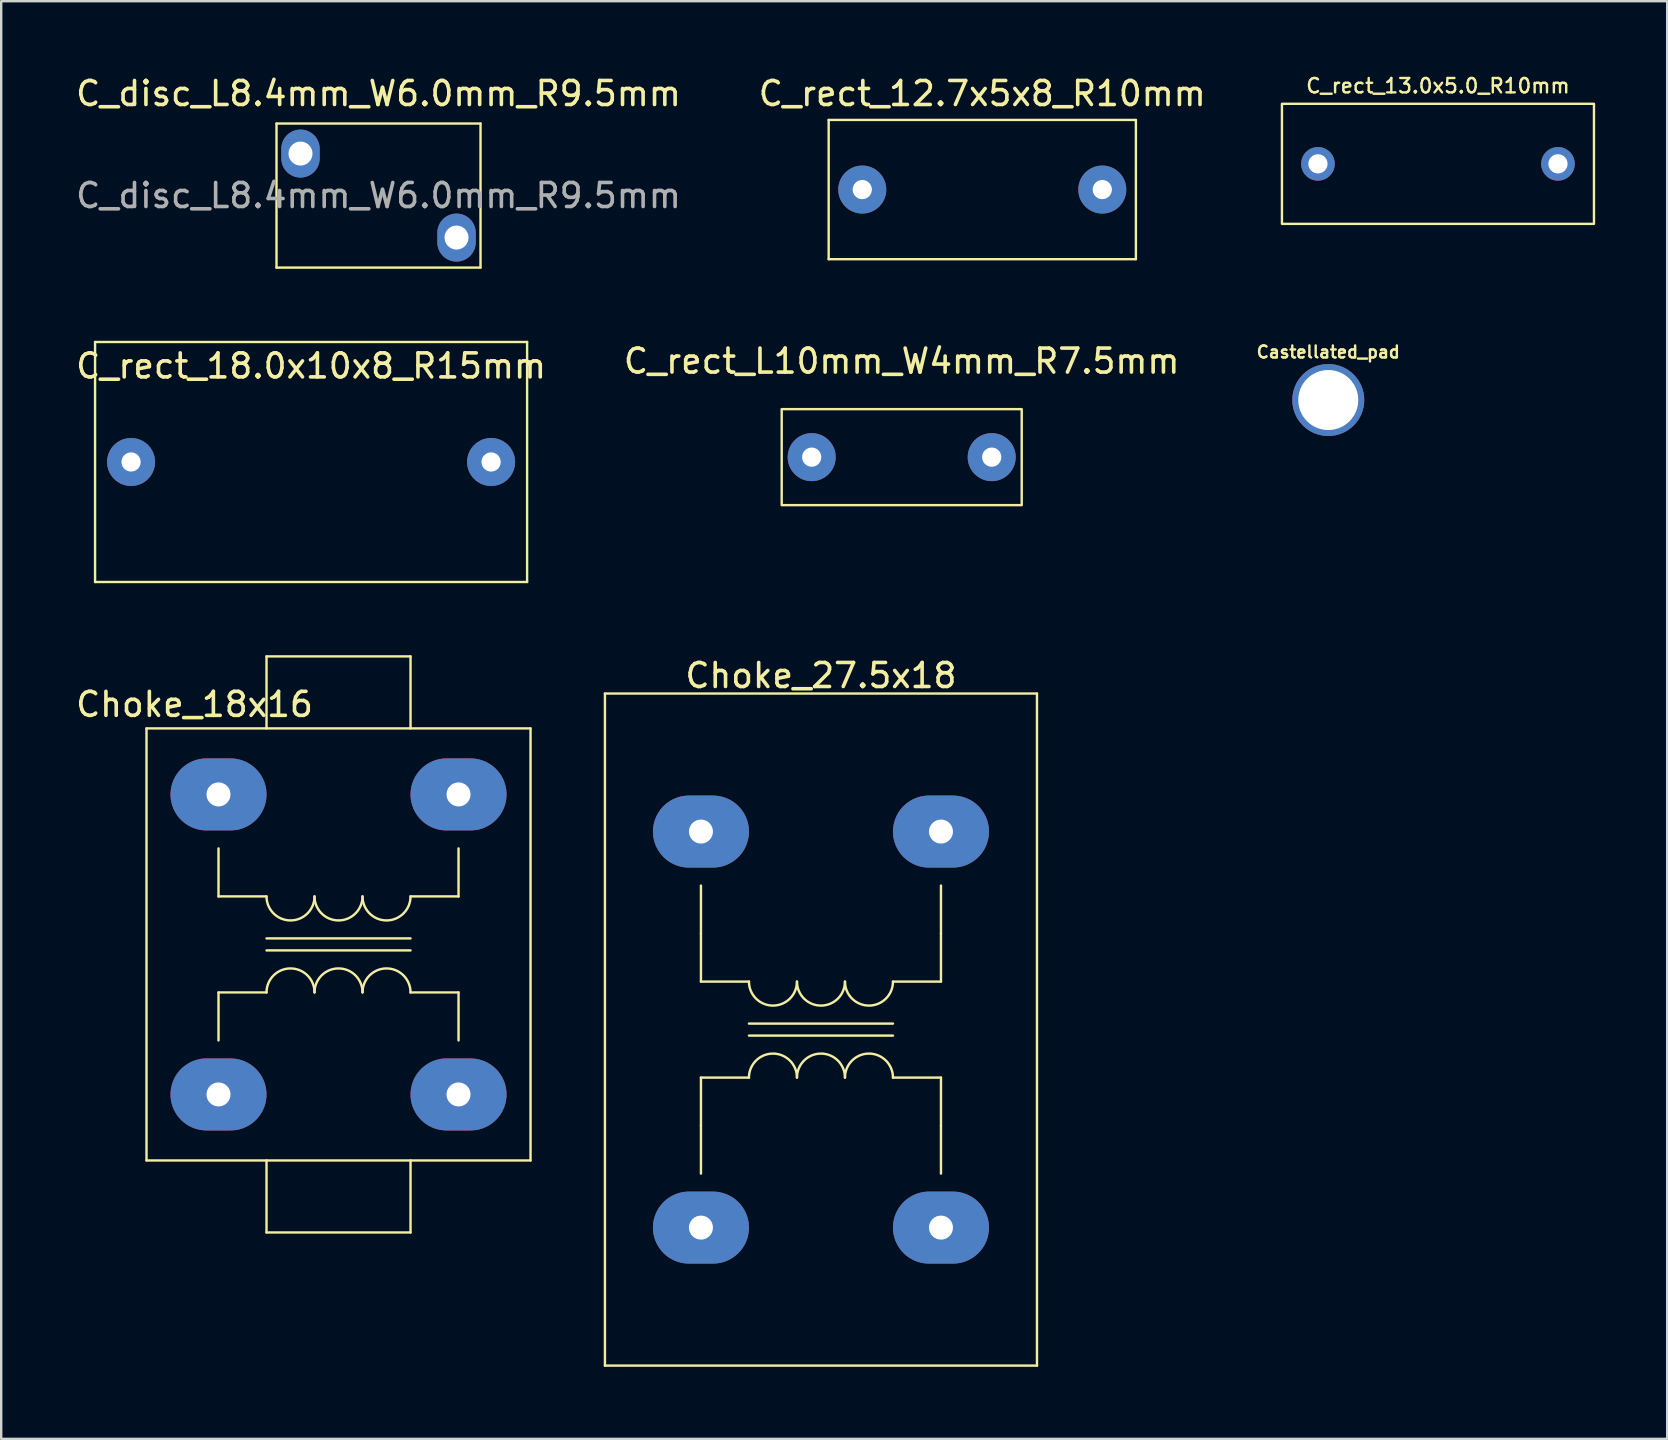
<source format=kicad_pcb>
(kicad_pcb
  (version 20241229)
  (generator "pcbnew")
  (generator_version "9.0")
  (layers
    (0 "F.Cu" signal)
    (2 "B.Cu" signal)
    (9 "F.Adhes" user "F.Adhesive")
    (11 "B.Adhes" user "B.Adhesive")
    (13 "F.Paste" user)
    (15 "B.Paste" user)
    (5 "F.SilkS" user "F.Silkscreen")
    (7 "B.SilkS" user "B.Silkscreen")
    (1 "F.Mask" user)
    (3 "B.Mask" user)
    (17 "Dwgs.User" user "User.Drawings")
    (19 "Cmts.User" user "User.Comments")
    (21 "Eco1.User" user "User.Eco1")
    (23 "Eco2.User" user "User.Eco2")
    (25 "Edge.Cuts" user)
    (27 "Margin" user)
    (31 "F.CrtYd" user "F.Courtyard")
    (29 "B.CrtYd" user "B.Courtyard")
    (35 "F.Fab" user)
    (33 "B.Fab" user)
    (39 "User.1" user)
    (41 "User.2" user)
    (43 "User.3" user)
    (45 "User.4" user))
  (footprint "Choke_18x16"
    (layer "F.Cu")
    (at 11.054 36.298)
    (property "Reference" "Choke_18x16" (at -6 -10 0) (layer "F.SilkS") (effects (font (size 1 1) (thickness 0.15))))
    (attr through_hole)
    (fp_line (start -8 -9) (end -8 9) (stroke (width 0.1) (type solid)) (layer "F.SilkS"))
    (fp_line (start -8 -9) (end 8 -9) (stroke (width 0.1) (type solid)) (layer "F.SilkS"))
    (fp_line (start -8 9) (end 8 9) (stroke (width 0.1) (type solid)) (layer "F.SilkS"))
    (fp_line (start -5 -2) (end -5 -4) (stroke (width 0.1) (type solid)) (layer "F.SilkS"))
    (fp_line (start -5 2) (end -5 4) (stroke (width 0.1) (type solid)) (layer "F.SilkS"))
    (fp_line (start -3 -12) (end 3 -12) (stroke (width 0.1) (type solid)) (layer "F.SilkS"))
    (fp_line (start -3 -9) (end -3 -12) (stroke (width 0.1) (type solid)) (layer "F.SilkS"))
    (fp_line (start -3 -2) (end -5 -2) (stroke (width 0.1) (type solid)) (layer "F.SilkS"))
    (fp_line (start -3 -0.25) (end 3 -0.25) (stroke (width 0.1) (type solid)) (layer "F.SilkS"))
    (fp_line (start -3 0.25) (end 3 0.25) (stroke (width 0.1) (type solid)) (layer "F.SilkS"))
    (fp_line (start -3 2) (end -5 2) (stroke (width 0.1) (type solid)) (layer "F.SilkS"))
    (fp_line (start -3 9) (end -3 12) (stroke (width 0.1) (type solid)) (layer "F.SilkS"))
    (fp_line (start -3 12) (end 3 12) (stroke (width 0.1) (type solid)) (layer "F.SilkS"))
    (fp_line (start 3 -12) (end 3 -9) (stroke (width 0.1) (type solid)) (layer "F.SilkS"))
    (fp_line (start 3 -2) (end 5 -2) (stroke (width 0.1) (type solid)) (layer "F.SilkS"))
    (fp_line (start 3 2) (end 5 2) (stroke (width 0.1) (type solid)) (layer "F.SilkS"))
    (fp_line (start 3 12) (end 3 9) (stroke (width 0.1) (type solid)) (layer "F.SilkS"))
    (fp_line (start 5 -2) (end 5 -4) (stroke (width 0.1) (type solid)) (layer "F.SilkS"))
    (fp_line (start 5 2) (end 5 4) (stroke (width 0.1) (type solid)) (layer "F.SilkS"))
    (fp_line (start 8 9) (end 8 -9) (stroke (width 0.1) (type solid)) (layer "F.SilkS"))
    (fp_arc (start -3 2) (mid -2 1) (end -1 2) (stroke (width 0.1) (type solid)) (layer "F.SilkS"))
    (fp_arc (start -1 -2) (mid -2 -1) (end -3 -2) (stroke (width 0.1) (type solid)) (layer "F.SilkS"))
    (fp_arc (start -1 2) (mid 0 1) (end 1 2) (stroke (width 0.1) (type solid)) (layer "F.SilkS"))
    (fp_arc (start 1 -2) (mid 0 -1) (end -1 -2) (stroke (width 0.1) (type solid)) (layer "F.SilkS"))
    (fp_arc (start 1 2) (mid 2 1) (end 3 2) (stroke (width 0.1) (type solid)) (layer "F.SilkS"))
    (fp_arc (start 3 -2) (mid 2 -1) (end 1 -2) (stroke (width 0.1) (type solid)) (layer "F.SilkS"))
    (pad "1" thru_hole oval (at 5 -6.25) (size 4 3) (drill 1) (layers "*.Cu" "*.Mask"))
    (pad "2" thru_hole oval (at 5 6.25) (size 4 3) (drill 1) (layers "*.Cu" "*.Mask"))
    (pad "3" thru_hole oval (at -5 6.25) (size 4 3) (drill 1) (layers "*.Cu" "*.Mask"))
    (pad "4" thru_hole oval (at -5 -6.25) (size 4 3) (drill 1) (layers "*.Cu" "*.Mask")))
  (footprint "Choke_27.5x18"
    (layer "F.Cu")
    (at 31.154 39.846)
    (property "Reference" "Choke_27.5x18" (at 0 -14.75 0) (layer "F.SilkS") (effects (font (size 1 1) (thickness 0.15))))
    (attr through_hole)
    (fp_line (start -9 -14) (end 9 -14) (stroke (width 0.1) (type solid)) (layer "F.SilkS"))
    (fp_line (start -9 14) (end -9 -14) (stroke (width 0.1) (type solid)) (layer "F.SilkS"))
    (fp_line (start -5 -4) (end -5 -6) (stroke (width 0.1) (type solid)) (layer "F.SilkS"))
    (fp_line (start -5 -2) (end -5 -4) (stroke (width 0.1) (type solid)) (layer "F.SilkS"))
    (fp_line (start -5 2) (end -5 4) (stroke (width 0.1) (type solid)) (layer "F.SilkS"))
    (fp_line (start -5 4) (end -5 6) (stroke (width 0.1) (type solid)) (layer "F.SilkS"))
    (fp_line (start -3 -2) (end -5 -2) (stroke (width 0.1) (type solid)) (layer "F.SilkS"))
    (fp_line (start -3 -0.25) (end 3 -0.25) (stroke (width 0.1) (type solid)) (layer "F.SilkS"))
    (fp_line (start -3 0.25) (end 3 0.25) (stroke (width 0.1) (type solid)) (layer "F.SilkS"))
    (fp_line (start -3 2) (end -5 2) (stroke (width 0.1) (type solid)) (layer "F.SilkS"))
    (fp_line (start 3 -2) (end 5 -2) (stroke (width 0.1) (type solid)) (layer "F.SilkS"))
    (fp_line (start 3 2) (end 5 2) (stroke (width 0.1) (type solid)) (layer "F.SilkS"))
    (fp_line (start 5 -4) (end 5 -6) (stroke (width 0.1) (type solid)) (layer "F.SilkS"))
    (fp_line (start 5 -2) (end 5 -4) (stroke (width 0.1) (type solid)) (layer "F.SilkS"))
    (fp_line (start 5 2) (end 5 4) (stroke (width 0.1) (type solid)) (layer "F.SilkS"))
    (fp_line (start 5 4) (end 5 6) (stroke (width 0.1) (type solid)) (layer "F.SilkS"))
    (fp_line (start 9 -14) (end 9 14) (stroke (width 0.1) (type solid)) (layer "F.SilkS"))
    (fp_line (start 9 14) (end -9 14) (stroke (width 0.1) (type solid)) (layer "F.SilkS"))
    (fp_arc (start -3 2) (mid -2 1) (end -1 2) (stroke (width 0.1) (type solid)) (layer "F.SilkS"))
    (fp_arc (start -1 -2) (mid -2 -1) (end -3 -2) (stroke (width 0.1) (type solid)) (layer "F.SilkS"))
    (fp_arc (start -1 2) (mid 0 1) (end 1 2) (stroke (width 0.1) (type solid)) (layer "F.SilkS"))
    (fp_arc (start 1 -2) (mid 0 -1) (end -1 -2) (stroke (width 0.1) (type solid)) (layer "F.SilkS"))
    (fp_arc (start 1 2) (mid 2 1) (end 3 2) (stroke (width 0.1) (type solid)) (layer "F.SilkS"))
    (fp_arc (start 3 -2) (mid 2 -1) (end 1 -2) (stroke (width 0.1) (type solid)) (layer "F.SilkS"))
    (pad "1" thru_hole oval (at -5 -8.25) (size 4 3) (drill 1) (layers "*.Cu" "*.Mask"))
    (pad "2" thru_hole oval (at 5 -8.25) (size 4 3) (drill 1) (layers "*.Cu" "*.Mask"))
    (pad "3" thru_hole oval (at -5 8.25) (size 4 3) (drill 1) (layers "*.Cu" "*.Mask"))
    (pad "4" thru_hole oval (at 5 8.25) (size 4 3) (drill 1) (layers "*.Cu" "*.Mask")))
  (footprint "Castellated_pad"
    (layer "F.Cu")
    (at 52.29 13.616)
    (property "Reference" "Castellated_pad" (at 0 -2 0) (unlocked yes) (layer "F.SilkS") (effects (font (size 0.5 0.5) (thickness 0.1))))
    (attr through_hole exclude_from_pos_files exclude_from_bom)
    (pad "1" thru_hole circle (at 0 0) (size 3 3) (drill 2.5) (layers "*.Cu" "*.Mask")))
  (footprint "C_rect_18.0x10x8_R15mm"
    (layer "F.Cu")
    (at 9.911 16.198)
    (property "Reference" "C_rect_18.0x10x8_R15mm" (at 0 -4 0) (layer "F.SilkS") (effects (font (size 1 1) (thickness 0.15))))
    (attr through_hole)
    (fp_line (start -9 -5) (end -9 5) (stroke (width 0.1) (type solid)) (layer "F.SilkS"))
    (fp_line (start -9 -5) (end 9 -5) (stroke (width 0.1) (type solid)) (layer "F.SilkS"))
    (fp_line (start -9 5) (end 9 5) (stroke (width 0.1) (type solid)) (layer "F.SilkS"))
    (fp_line (start 9 -5) (end 9 5) (stroke (width 0.1) (type solid)) (layer "F.SilkS"))
    (pad "1" thru_hole circle (at 7.5 0) (size 2 2) (drill 0.8) (layers "*.Cu" "*.Mask"))
    (pad "2" thru_hole circle (at -7.5 0) (size 2 2) (drill 0.8) (layers "*.Cu" "*.Mask")))
  (footprint "C_disc_L8.4mm_W6.0mm_R9.5mm"
    (layer "F.Cu")
    (at 12.72 5.098)
    (property "Reference" "C_disc_L8.4mm_W6.0mm_R9.5mm" (at 0 -4.25 0) (layer "F.SilkS") (effects (font (size 1 1) (thickness 0.15))))
    (attr through_hole)
    (fp_line (start -4.25 -3) (end -4.25 3) (stroke (width 0.1) (type solid)) (layer "F.SilkS"))
    (fp_line (start -4.25 3) (end 4.25 3) (stroke (width 0.1) (type solid)) (layer "F.SilkS"))
    (fp_line (start 4.25 -3) (end -4.25 -3) (stroke (width 0.1) (type solid)) (layer "F.SilkS"))
    (fp_line (start 4.25 3) (end 4.25 -3) (stroke (width 0.1) (type solid)) (layer "F.SilkS"))
    (fp_text user "${REFERENCE}" (at 0 0 0) (layer "F.Fab") (effects (font (size 1 1) (thickness 0.15))))
    (pad "1" thru_hole oval (at -3.25 -1.75 90) (size 2 1.6) (drill 1) (layers "*.Cu" "*.Mask"))
    (pad "2" thru_hole oval (at 3.25 1.75 90) (size 2 1.6) (drill 1) (layers "*.Cu" "*.Mask")))
  (footprint "C_rect_L10mm_W4mm_R7.5mm"
    (layer "F.Cu")
    (at 34.518 15.996)
    (property "Reference" "C_rect_L10mm_W4mm_R7.5mm" (at 0 -4 0) (layer "F.SilkS") (effects (font (size 1 1) (thickness 0.15))))
    (attr through_hole)
    (fp_rect (start -5 -2) (end 5 2) (stroke (width 0.1) (type solid)) (fill no) (layer "F.SilkS"))
    (pad "1" thru_hole circle (at 3.75 0) (size 2 2) (drill 0.8) (layers "*.Cu" "*.Mask"))
    (pad "2" thru_hole circle (at -3.75 0) (size 2 2) (drill 0.8) (layers "*.Cu" "*.Mask")))
  (footprint "C_rect_12.7x5x8_R10mm"
    (layer "F.Cu")
    (at 37.875 4.848)
    (property "Reference" "C_rect_12.7x5x8_R10mm" (at 0 -4 0) (layer "F.SilkS") (effects (font (size 1 1) (thickness 0.15))))
    (attr through_hole)
    (fp_line (start -6.4 -2.9) (end -6.4 2.9) (stroke (width 0.1) (type solid)) (layer "F.SilkS"))
    (fp_line (start -6.4 -2.9) (end 6.4 -2.9) (stroke (width 0.1) (type solid)) (layer "F.SilkS"))
    (fp_line (start -6.4 2.9) (end 6.4 2.9) (stroke (width 0.1) (type solid)) (layer "F.SilkS"))
    (fp_line (start 6.4 -2.9) (end 6.4 2.9) (stroke (width 0.1) (type solid)) (layer "F.SilkS"))
    (pad "1" thru_hole circle (at 5 0) (size 2 2) (drill 0.8) (layers "*.Cu" "*.Mask"))
    (pad "2" thru_hole circle (at -5 0) (size 2 2) (drill 0.8) (layers "*.Cu" "*.Mask")))
  (footprint "C_rect_13.0x5.0_R10mm"
    (layer "F.Cu")
    (at 56.86 3.776)
    (property "Reference" "C_rect_13.0x5.0_R10mm" (at 0 -3.25 0) (layer "F.SilkS") (effects (font (size 0.6 0.6) (thickness 0.1) (bold yes))))
    (attr through_hole)
    (fp_rect (start -6.5 -2.5) (end 6.5 2.5) (stroke (width 0.1) (type default)) (fill no) (layer "F.SilkS"))
    (pad "1" thru_hole circle (at 5 0) (size 1.4 1.4) (drill 0.8) (layers "*.Cu" "*.Mask"))
    (pad "2" thru_hole circle (at -5 0) (size 1.4 1.4) (drill 0.8) (layers "*.Cu" "*.Mask")))
  (gr_rect
    (start -3 -3)
    (end 66.41 56.897)
    (stroke (width 0.1) (type default))
    (fill no)
    (layer "Edge.Cuts")))
</source>
